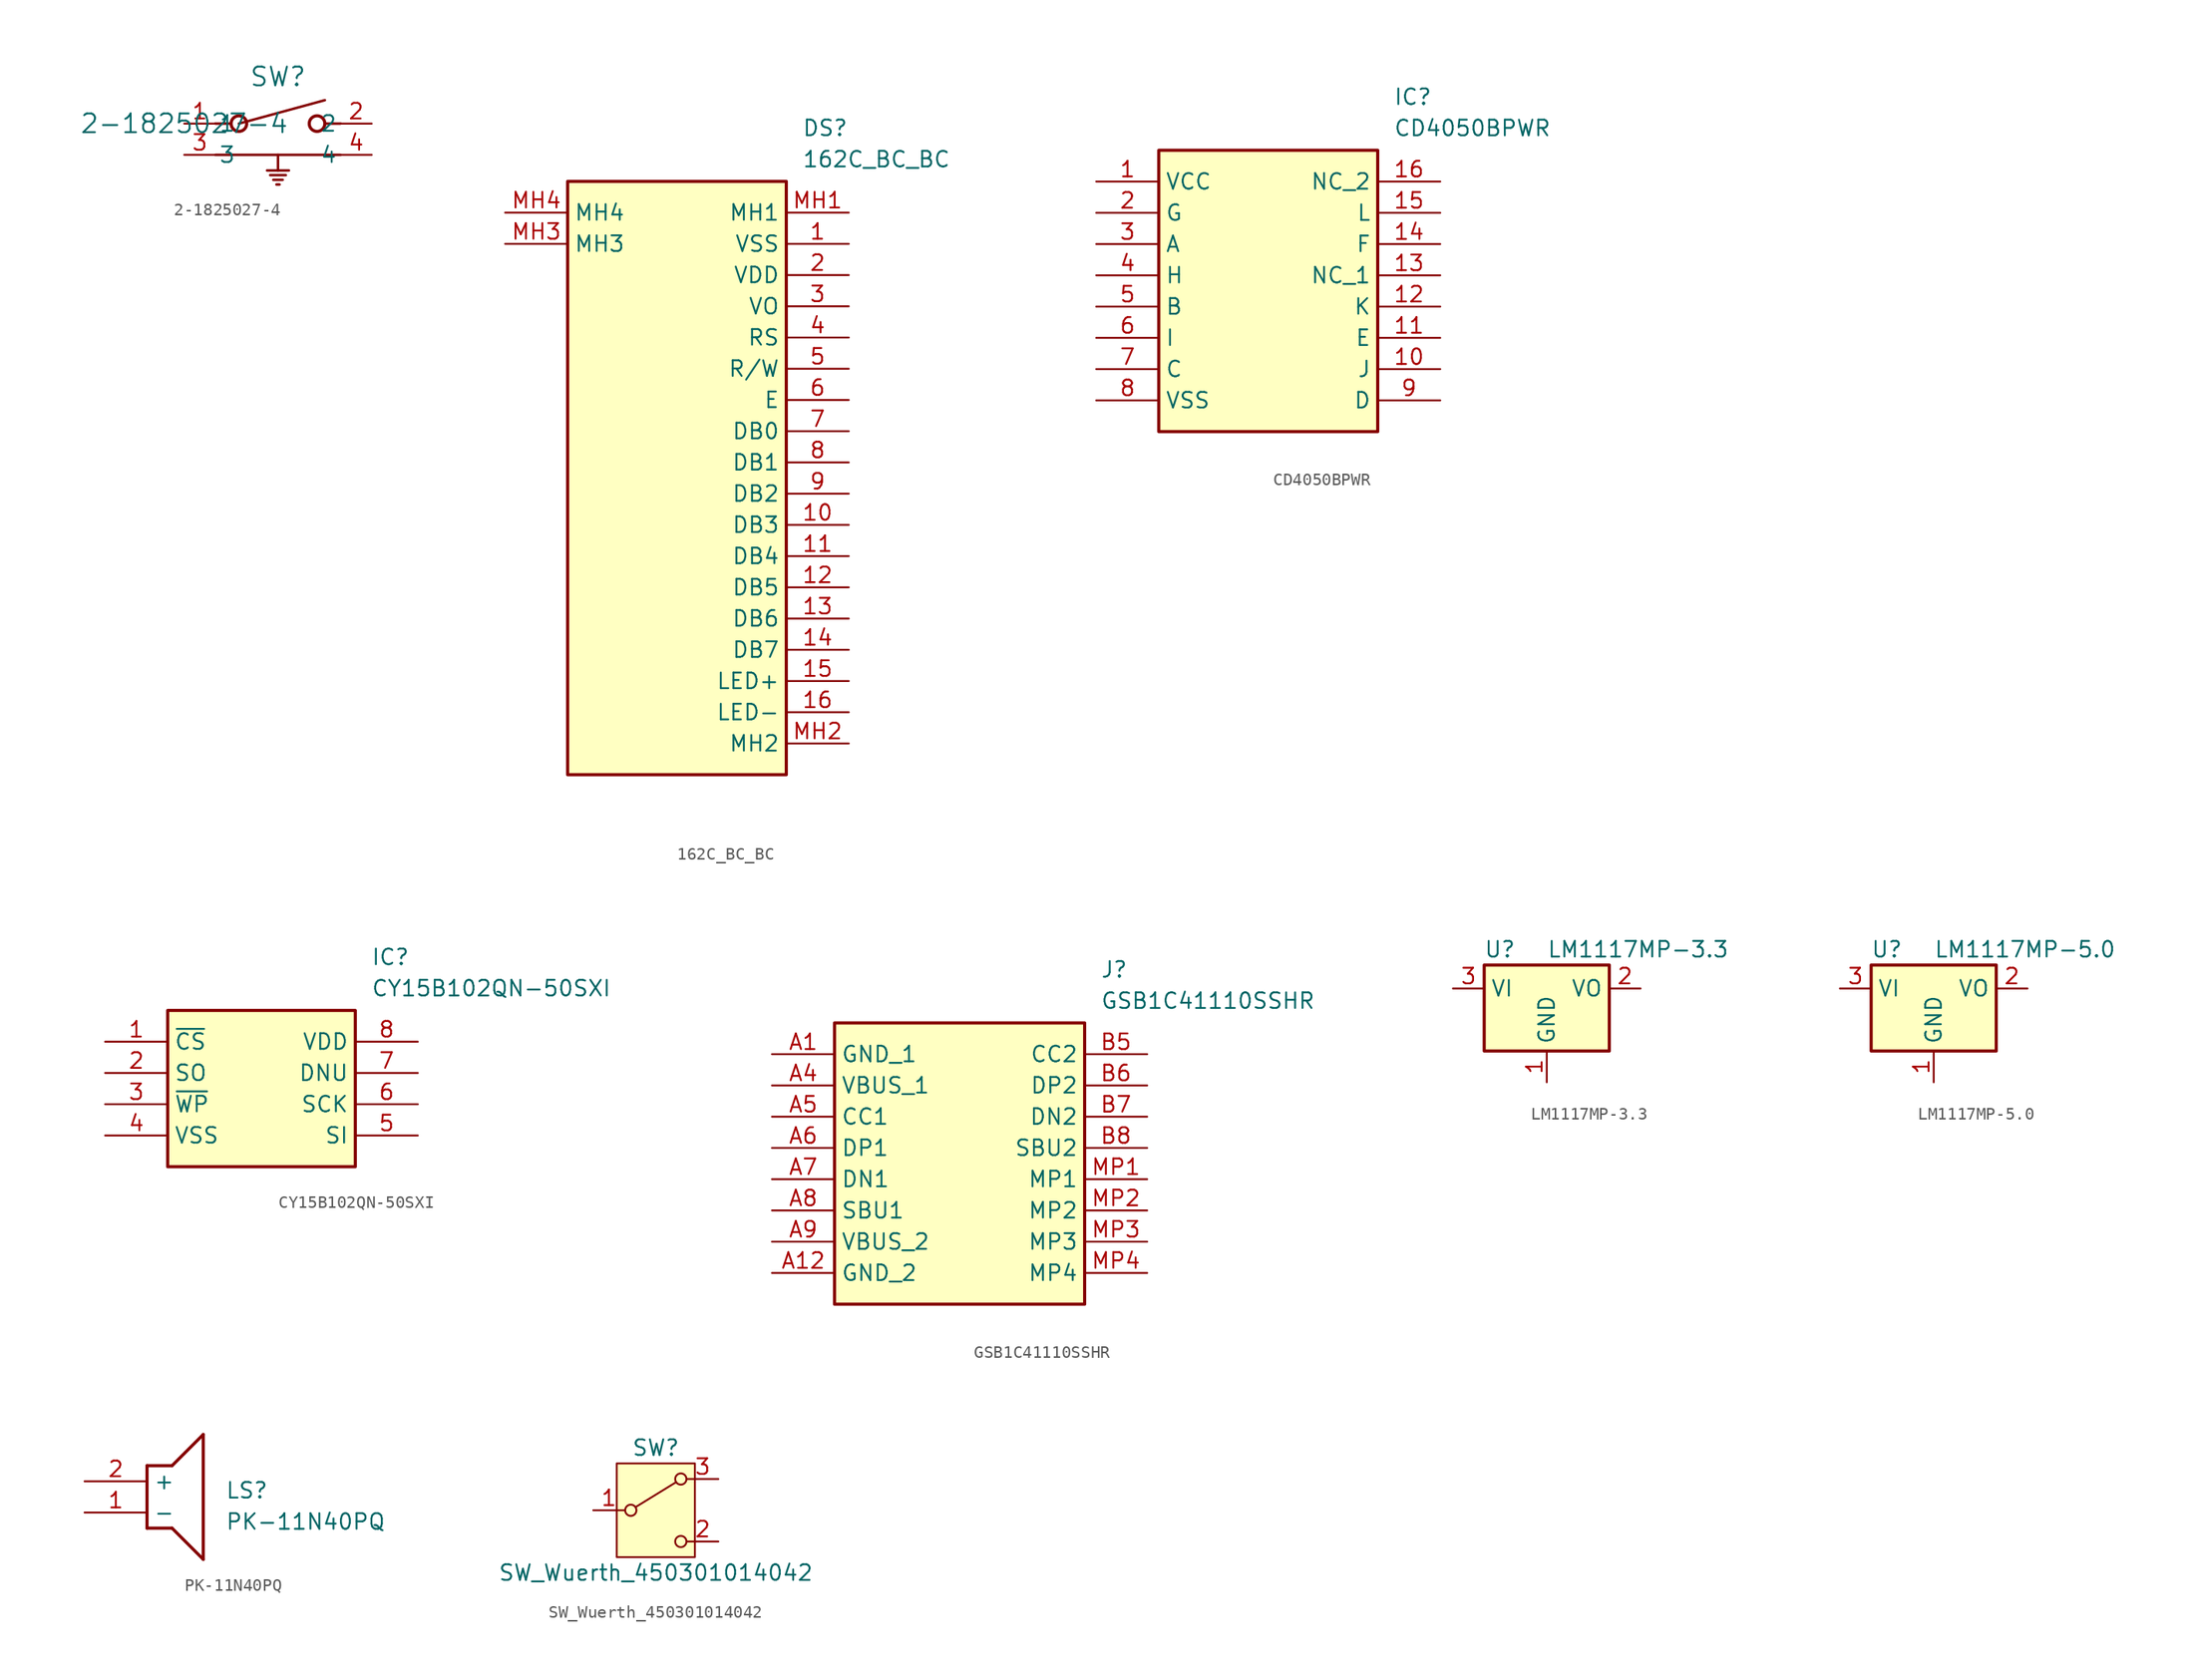
<source format=kicad_sym>
(kicad_symbol_lib
  (version 20241209)
  (generator "kicad_symbol_editor")
  (generator_version "9.0")
  (symbol "2-1825027-4"
    (pin_names
      (offset 0.254))
    (property "Reference" "SW"
      (at 7.62 3.81 0)
      (effects (font (size 1.524 1.524))))
    (property "Value" "2-1825027-4"
      (at 0 0 0)
      (effects (font (size 1.524 1.524))))
    (symbol "2-1825027-4_0_1"
      (polyline (pts (xy 2.54 0) (xy 3.81 0)) (stroke (width 0.203) (type default)) (fill (type none)))
      (polyline (pts (xy 2.54 -2.54) (xy 12.7 -2.54)) (stroke (width 0.203) (type default)) (fill (type none)))
      (polyline (pts (xy 4.445 0) (xy 11.43 1.905)) (stroke (width 0.203) (type default)) (fill (type none)))
      (circle (center 4.445 0) (radius 0.635) (stroke (width 0.254) (type default)) (fill (type none)))
      (polyline (pts (xy 6.731 -3.81) (xy 8.509 -3.81)) (stroke (width 0.203) (type default)) (fill (type none)))
      (polyline (pts (xy 6.985 -4.191) (xy 8.255 -4.191)) (stroke (width 0.203) (type default)) (fill (type none)))
      (polyline (pts (xy 7.239 -4.572) (xy 8.001 -4.572)) (stroke (width 0.203) (type default)) (fill (type none)))
      (polyline (pts (xy 7.493 -4.953) (xy 7.747 -4.953)) (stroke (width 0.203) (type default)) (fill (type none)))
      (polyline (pts (xy 7.62 -2.54) (xy 7.62 -3.81)) (stroke (width 0.203) (type default)) (fill (type none)))
      (circle (center 10.795 0) (radius 0.635) (stroke (width 0.254) (type default)) (fill (type none)))
      (polyline (pts (xy 12.7 0) (xy 11.43 0)) (stroke (width 0.203) (type default)) (fill (type none)))
      (pin unspecified line (at 0 0 0) (length 2.54) (name "1" (effects (font (size 1.27 1.27)))) (number "1" (effects (font (size 1.27 1.27)))))
      (pin unspecified line (at 0 -2.54 0) (length 2.54) (name "3" (effects (font (size 1.27 1.27)))) (number "3" (effects (font (size 1.27 1.27)))))
      (pin unspecified line (at 15.24 0 180) (length 2.54) (name "2" (effects (font (size 1.27 1.27)))) (number "2" (effects (font (size 1.27 1.27)))))
      (pin unspecified line (at 15.24 -2.54 180) (length 2.54) (name "4" (effects (font (size 1.27 1.27)))) (number "4" (effects (font (size 1.27 1.27)))))))
  (symbol "162C_BC_BC"
    (property "Reference" "DS"
      (at 24.13 7.62 0)
      (effects (font (size 1.27 1.27)) (justify left top)))
    (property "Value" "162C_BC_BC"
      (at 24.13 5.08 0)
      (effects (font (size 1.27 1.27)) (justify left top)))
    (symbol "162C_BC_BC_1_1"
      (rectangle (start 5.08 2.54) (end 22.86 -45.72) (stroke (width 0.254) (type default)) (fill (type background)))
      (pin passive line (at 0 0 0) (length 5.08) (name "MH4" (effects (font (size 1.27 1.27)))) (number "MH4" (effects (font (size 1.27 1.27)))))
      (pin passive line (at 0 -2.54 0) (length 5.08) (name "MH3" (effects (font (size 1.27 1.27)))) (number "MH3" (effects (font (size 1.27 1.27)))))
      (pin passive line (at 27.94 0 180) (length 5.08) (name "MH1" (effects (font (size 1.27 1.27)))) (number "MH1" (effects (font (size 1.27 1.27)))))
      (pin passive line (at 27.94 -2.54 180) (length 5.08) (name "VSS" (effects (font (size 1.27 1.27)))) (number "1" (effects (font (size 1.27 1.27)))))
      (pin passive line (at 27.94 -5.08 180) (length 5.08) (name "VDD" (effects (font (size 1.27 1.27)))) (number "2" (effects (font (size 1.27 1.27)))))
      (pin passive line (at 27.94 -7.62 180) (length 5.08) (name "VO" (effects (font (size 1.27 1.27)))) (number "3" (effects (font (size 1.27 1.27)))))
      (pin passive line (at 27.94 -10.16 180) (length 5.08) (name "RS" (effects (font (size 1.27 1.27)))) (number "4" (effects (font (size 1.27 1.27)))))
      (pin passive line (at 27.94 -12.7 180) (length 5.08) (name "R/W" (effects (font (size 1.27 1.27)))) (number "5" (effects (font (size 1.27 1.27)))))
      (pin passive line (at 27.94 -15.24 180) (length 5.08) (name "E" (effects (font (size 1.27 1.27)))) (number "6" (effects (font (size 1.27 1.27)))))
      (pin passive line (at 27.94 -17.78 180) (length 5.08) (name "DB0" (effects (font (size 1.27 1.27)))) (number "7" (effects (font (size 1.27 1.27)))))
      (pin passive line (at 27.94 -20.32 180) (length 5.08) (name "DB1" (effects (font (size 1.27 1.27)))) (number "8" (effects (font (size 1.27 1.27)))))
      (pin passive line (at 27.94 -22.86 180) (length 5.08) (name "DB2" (effects (font (size 1.27 1.27)))) (number "9" (effects (font (size 1.27 1.27)))))
      (pin passive line (at 27.94 -25.4 180) (length 5.08) (name "DB3" (effects (font (size 1.27 1.27)))) (number "10" (effects (font (size 1.27 1.27)))))
      (pin passive line (at 27.94 -27.94 180) (length 5.08) (name "DB4" (effects (font (size 1.27 1.27)))) (number "11" (effects (font (size 1.27 1.27)))))
      (pin passive line (at 27.94 -30.48 180) (length 5.08) (name "DB5" (effects (font (size 1.27 1.27)))) (number "12" (effects (font (size 1.27 1.27)))))
      (pin passive line (at 27.94 -33.02 180) (length 5.08) (name "DB6" (effects (font (size 1.27 1.27)))) (number "13" (effects (font (size 1.27 1.27)))))
      (pin passive line (at 27.94 -35.56 180) (length 5.08) (name "DB7" (effects (font (size 1.27 1.27)))) (number "14" (effects (font (size 1.27 1.27)))))
      (pin passive line (at 27.94 -38.1 180) (length 5.08) (name "LED+" (effects (font (size 1.27 1.27)))) (number "15" (effects (font (size 1.27 1.27)))))
      (pin passive line (at 27.94 -40.64 180) (length 5.08) (name "LED-" (effects (font (size 1.27 1.27)))) (number "16" (effects (font (size 1.27 1.27)))))
      (pin passive line (at 27.94 -43.18 180) (length 5.08) (name "MH2" (effects (font (size 1.27 1.27)))) (number "MH2" (effects (font (size 1.27 1.27)))))))
  (symbol "CD4050BPWR"
    (property "Reference" "IC"
      (at 24.13 7.62 0)
      (effects (font (size 1.27 1.27)) (justify left top)))
    (property "Value" "CD4050BPWR"
      (at 24.13 5.08 0)
      (effects (font (size 1.27 1.27)) (justify left top)))
    (symbol "CD4050BPWR_1_1"
      (rectangle (start 5.08 2.54) (end 22.86 -20.32) (stroke (width 0.254) (type default)) (fill (type background)))
      (pin passive line (at 0 0 0) (length 5.08) (name "VCC" (effects (font (size 1.27 1.27)))) (number "1" (effects (font (size 1.27 1.27)))))
      (pin passive line (at 0 -2.54 0) (length 5.08) (name "G" (effects (font (size 1.27 1.27)))) (number "2" (effects (font (size 1.27 1.27)))))
      (pin passive line (at 0 -5.08 0) (length 5.08) (name "A" (effects (font (size 1.27 1.27)))) (number "3" (effects (font (size 1.27 1.27)))))
      (pin passive line (at 0 -7.62 0) (length 5.08) (name "H" (effects (font (size 1.27 1.27)))) (number "4" (effects (font (size 1.27 1.27)))))
      (pin passive line (at 0 -10.16 0) (length 5.08) (name "B" (effects (font (size 1.27 1.27)))) (number "5" (effects (font (size 1.27 1.27)))))
      (pin passive line (at 0 -12.7 0) (length 5.08) (name "I" (effects (font (size 1.27 1.27)))) (number "6" (effects (font (size 1.27 1.27)))))
      (pin passive line (at 0 -15.24 0) (length 5.08) (name "C" (effects (font (size 1.27 1.27)))) (number "7" (effects (font (size 1.27 1.27)))))
      (pin passive line (at 0 -17.78 0) (length 5.08) (name "VSS" (effects (font (size 1.27 1.27)))) (number "8" (effects (font (size 1.27 1.27)))))
      (pin passive line (at 27.94 0 180) (length 5.08) (name "NC_2" (effects (font (size 1.27 1.27)))) (number "16" (effects (font (size 1.27 1.27)))))
      (pin passive line (at 27.94 -2.54 180) (length 5.08) (name "L" (effects (font (size 1.27 1.27)))) (number "15" (effects (font (size 1.27 1.27)))))
      (pin passive line (at 27.94 -5.08 180) (length 5.08) (name "F" (effects (font (size 1.27 1.27)))) (number "14" (effects (font (size 1.27 1.27)))))
      (pin passive line (at 27.94 -7.62 180) (length 5.08) (name "NC_1" (effects (font (size 1.27 1.27)))) (number "13" (effects (font (size 1.27 1.27)))))
      (pin passive line (at 27.94 -10.16 180) (length 5.08) (name "K" (effects (font (size 1.27 1.27)))) (number "12" (effects (font (size 1.27 1.27)))))
      (pin passive line (at 27.94 -12.7 180) (length 5.08) (name "E" (effects (font (size 1.27 1.27)))) (number "11" (effects (font (size 1.27 1.27)))))
      (pin passive line (at 27.94 -15.24 180) (length 5.08) (name "J" (effects (font (size 1.27 1.27)))) (number "10" (effects (font (size 1.27 1.27)))))
      (pin passive line (at 27.94 -17.78 180) (length 5.08) (name "D" (effects (font (size 1.27 1.27)))) (number "9" (effects (font (size 1.27 1.27)))))))
  (symbol "CY15B102QN-50SXI"
    (property "Reference" "IC"
      (at 21.59 7.62 0)
      (effects (font (size 1.27 1.27)) (justify left top)))
    (property "Value" "CY15B102QN-50SXI"
      (at 21.59 5.08 0)
      (effects (font (size 1.27 1.27)) (justify left top)))
    (symbol "CY15B102QN-50SXI_1_1"
      (rectangle (start 5.08 2.54) (end 20.32 -10.16) (stroke (width 0.254) (type default)) (fill (type background)))
      (pin passive line (at 0 0 0) (length 5.08) (name "~{CS}" (effects (font (size 1.27 1.27)))) (number "1" (effects (font (size 1.27 1.27)))))
      (pin passive line (at 0 -2.54 0) (length 5.08) (name "SO" (effects (font (size 1.27 1.27)))) (number "2" (effects (font (size 1.27 1.27)))))
      (pin passive line (at 0 -5.08 0) (length 5.08) (name "~{WP}" (effects (font (size 1.27 1.27)))) (number "3" (effects (font (size 1.27 1.27)))))
      (pin passive line (at 0 -7.62 0) (length 5.08) (name "VSS" (effects (font (size 1.27 1.27)))) (number "4" (effects (font (size 1.27 1.27)))))
      (pin passive line (at 25.4 0 180) (length 5.08) (name "VDD" (effects (font (size 1.27 1.27)))) (number "8" (effects (font (size 1.27 1.27)))))
      (pin passive line (at 25.4 -2.54 180) (length 5.08) (name "DNU" (effects (font (size 1.27 1.27)))) (number "7" (effects (font (size 1.27 1.27)))))
      (pin passive line (at 25.4 -5.08 180) (length 5.08) (name "SCK" (effects (font (size 1.27 1.27)))) (number "6" (effects (font (size 1.27 1.27)))))
      (pin passive line (at 25.4 -7.62 180) (length 5.08) (name "SI" (effects (font (size 1.27 1.27)))) (number "5" (effects (font (size 1.27 1.27)))))))
  (symbol "GSB1C41110SSHR"
    (property "Reference" "J"
      (at 26.67 7.62 0)
      (effects (font (size 1.27 1.27)) (justify left top)))
    (property "Value" "GSB1C41110SSHR"
      (at 26.67 5.08 0)
      (effects (font (size 1.27 1.27)) (justify left top)))
    (symbol "GSB1C41110SSHR_1_1"
      (rectangle (start 5.08 2.54) (end 25.4 -20.32) (stroke (width 0.254) (type default)) (fill (type background)))
      (pin passive line (at 0 0 0) (length 5.08) (name "GND_1" (effects (font (size 1.27 1.27)))) (number "A1" (effects (font (size 1.27 1.27)))))
      (pin passive line (at 0 -2.54 0) (length 5.08) (name "VBUS_1" (effects (font (size 1.27 1.27)))) (number "A4" (effects (font (size 1.27 1.27)))))
      (pin passive line (at 0 -5.08 0) (length 5.08) (name "CC1" (effects (font (size 1.27 1.27)))) (number "A5" (effects (font (size 1.27 1.27)))))
      (pin passive line (at 0 -7.62 0) (length 5.08) (name "DP1" (effects (font (size 1.27 1.27)))) (number "A6" (effects (font (size 1.27 1.27)))))
      (pin passive line (at 0 -10.16 0) (length 5.08) (name "DN1" (effects (font (size 1.27 1.27)))) (number "A7" (effects (font (size 1.27 1.27)))))
      (pin passive line (at 0 -12.7 0) (length 5.08) (name "SBU1" (effects (font (size 1.27 1.27)))) (number "A8" (effects (font (size 1.27 1.27)))))
      (pin passive line (at 0 -15.24 0) (length 5.08) (name "VBUS_2" (effects (font (size 1.27 1.27)))) (number "A9" (effects (font (size 1.27 1.27)))))
      (pin passive line (at 0 -17.78 0) (length 5.08) (name "GND_2" (effects (font (size 1.27 1.27)))) (number "A12" (effects (font (size 1.27 1.27)))))
      (pin passive line (at 30.48 0 180) (length 5.08) (name "CC2" (effects (font (size 1.27 1.27)))) (number "B5" (effects (font (size 1.27 1.27)))))
      (pin passive line (at 30.48 -2.54 180) (length 5.08) (name "DP2" (effects (font (size 1.27 1.27)))) (number "B6" (effects (font (size 1.27 1.27)))))
      (pin passive line (at 30.48 -5.08 180) (length 5.08) (name "DN2" (effects (font (size 1.27 1.27)))) (number "B7" (effects (font (size 1.27 1.27)))))
      (pin passive line (at 30.48 -7.62 180) (length 5.08) (name "SBU2" (effects (font (size 1.27 1.27)))) (number "B8" (effects (font (size 1.27 1.27)))))
      (pin passive line (at 30.48 -10.16 180) (length 5.08) (name "MP1" (effects (font (size 1.27 1.27)))) (number "MP1" (effects (font (size 1.27 1.27)))))
      (pin passive line (at 30.48 -12.7 180) (length 5.08) (name "MP2" (effects (font (size 1.27 1.27)))) (number "MP2" (effects (font (size 1.27 1.27)))))
      (pin passive line (at 30.48 -15.24 180) (length 5.08) (name "MP3" (effects (font (size 1.27 1.27)))) (number "MP3" (effects (font (size 1.27 1.27)))))
      (pin passive line (at 30.48 -17.78 180) (length 5.08) (name "MP4" (effects (font (size 1.27 1.27)))) (number "MP4" (effects (font (size 1.27 1.27)))))))
  (symbol "LM1117MP-3.3"
    (property "Reference" "U"
      (at -3.81 3.175 0)
      (effects (font (size 1.27 1.27))))
    (property "Value" "LM1117MP-3.3"
      (at 0 3.175 0)
      (effects (font (size 1.27 1.27)) (justify left)))
    (symbol "LM1117MP-3.3_0_1"
      (rectangle (start -5.08 -5.08) (end 5.08 1.905) (stroke (width 0.254) (type default)) (fill (type background))))
    (symbol "LM1117MP-3.3_1_1"
      (pin power_in line (at -7.62 0 0) (length 2.54) (name "VI" (effects (font (size 1.27 1.27)))) (number "3" (effects (font (size 1.27 1.27)))))
      (pin power_in line (at 0 -7.62 90) (length 2.54) (name "GND" (effects (font (size 1.27 1.27)))) (number "1" (effects (font (size 1.27 1.27)))))
      (pin power_out line (at 7.62 0 180) (length 2.54) (name "VO" (effects (font (size 1.27 1.27)))) (number "2" (effects (font (size 1.27 1.27)))))))
  (symbol "LM1117MP-5.0"
    (property "Reference" "U"
      (at -3.81 3.175 0)
      (effects (font (size 1.27 1.27))))
    (property "Value" "LM1117MP-5.0"
      (at 0 3.175 0)
      (effects (font (size 1.27 1.27)) (justify left)))
    (symbol "LM1117MP-5.0_0_1"
      (rectangle (start -5.08 -5.08) (end 5.08 1.905) (stroke (width 0.254) (type default)) (fill (type background))))
    (symbol "LM1117MP-5.0_1_1"
      (pin power_in line (at -7.62 0 0) (length 2.54) (name "VI" (effects (font (size 1.27 1.27)))) (number "3" (effects (font (size 1.27 1.27)))))
      (pin power_in line (at 0 -7.62 90) (length 2.54) (name "GND" (effects (font (size 1.27 1.27)))) (number "1" (effects (font (size 1.27 1.27)))))
      (pin power_out line (at 7.62 0 180) (length 2.54) (name "VO" (effects (font (size 1.27 1.27)))) (number "2" (effects (font (size 1.27 1.27)))))))
  (symbol "PK-11N40PQ"
    (property "Reference" "LS"
      (at 11.43 0 0)
      (effects (font (size 1.27 1.27)) (justify left top)))
    (property "Value" "PK-11N40PQ"
      (at 11.43 -2.54 0)
      (effects (font (size 1.27 1.27)) (justify left top)))
    (symbol "PK-11N40PQ_1_1"
      (polyline (pts (xy 5.08 1.27) (xy 5.08 -3.81)) (stroke (width 0.254) (type default)) (fill (type none)))
      (polyline (pts (xy 5.08 1.27) (xy 7.112 1.27)) (stroke (width 0.254) (type default)) (fill (type none)))
      (polyline (pts (xy 7.112 -3.81) (xy 5.08 -3.81)) (stroke (width 0.254) (type default)) (fill (type none)))
      (polyline (pts (xy 7.112 -3.81) (xy 9.652 -6.35)) (stroke (width 0.254) (type default)) (fill (type none)))
      (polyline (pts (xy 9.652 3.81) (xy 7.112 1.27)) (stroke (width 0.254) (type default)) (fill (type none)))
      (polyline (pts (xy 9.652 3.81) (xy 9.652 -6.35)) (stroke (width 0.254) (type default)) (fill (type none)))
      (pin passive line (at 0 0 0) (length 5.08) (name "+" (effects (font (size 1.27 1.27)))) (number "2" (effects (font (size 1.27 1.27)))))
      (pin passive line (at 0 -2.54 0) (length 5.08) (name "-" (effects (font (size 1.27 1.27)))) (number "1" (effects (font (size 1.27 1.27)))))))
  (symbol "SW_Wuerth_450301014042"
    (pin_names
      (offset 1)
      (hide yes))
    (property "Reference" "SW"
      (at 0 5.08 0)
      (effects (font (size 1.27 1.27))))
    (property "Value" "SW_Wuerth_450301014042"
      (at 0 -5.08 0)
      (effects (font (size 1.27 1.27))))
    (symbol "SW_Wuerth_450301014042_0_1"
      (circle (center -2.032 0) (radius 0.457) (stroke (width 0) (type default)) (fill (type none)))
      (polyline (pts (xy -1.651 0.254) (xy 1.651 2.286)) (stroke (width 0) (type default)) (fill (type none)))
      (circle (center 2.032 2.54) (radius 0.457) (stroke (width 0) (type default)) (fill (type none)))
      (circle (center 2.032 -2.54) (radius 0.457) (stroke (width 0) (type default)) (fill (type none))))
    (symbol "SW_Wuerth_450301014042_1_1"
      (rectangle (start -3.175 3.81) (end 3.175 -3.81) (stroke (width 0) (type default)) (fill (type background)))
      (pin passive line (at -5.08 0 0) (length 2.54) (name "B" (effects (font (size 1.27 1.27)))) (number "1" (effects (font (size 1.27 1.27)))))
      (pin passive line (at 5.08 2.54 180) (length 2.54) (name "A" (effects (font (size 1.27 1.27)))) (number "3" (effects (font (size 1.27 1.27)))))
      (pin passive line (at 5.08 -2.54 180) (length 2.54) (name "C" (effects (font (size 1.27 1.27)))) (number "2" (effects (font (size 1.27 1.27))))))))
</source>
